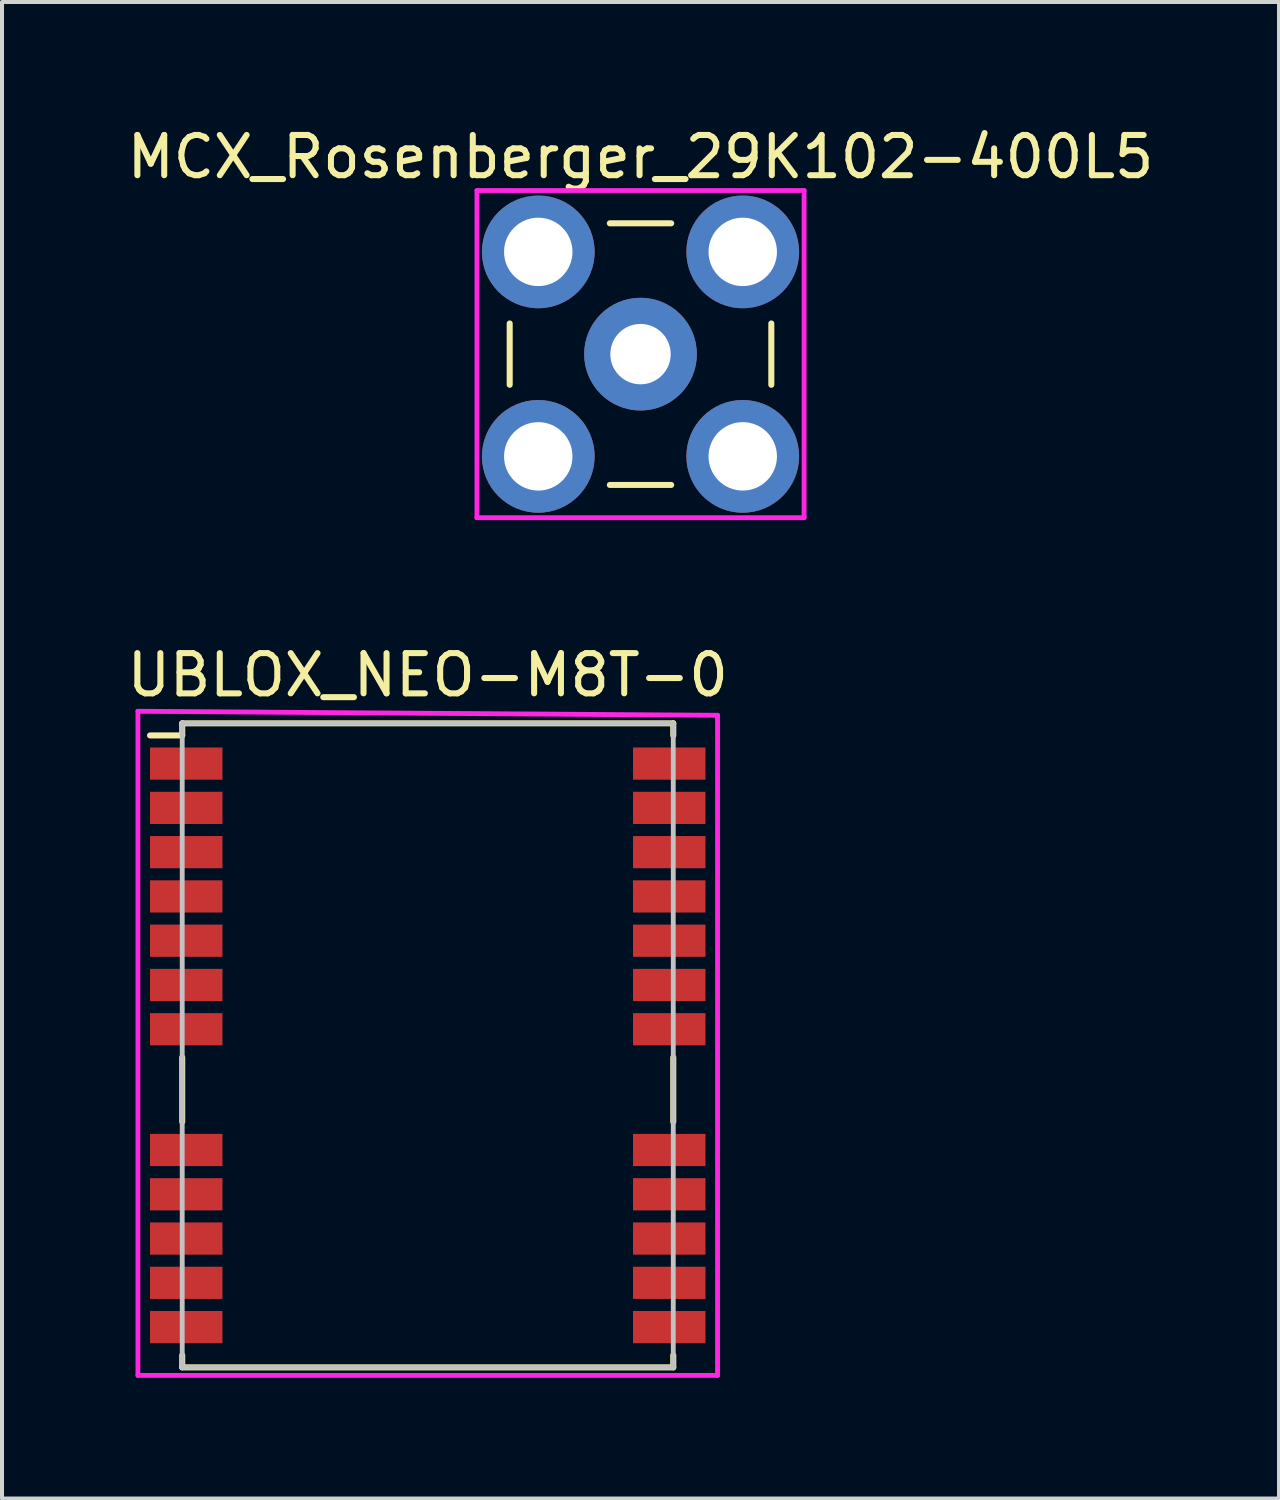
<source format=kicad_pcb>
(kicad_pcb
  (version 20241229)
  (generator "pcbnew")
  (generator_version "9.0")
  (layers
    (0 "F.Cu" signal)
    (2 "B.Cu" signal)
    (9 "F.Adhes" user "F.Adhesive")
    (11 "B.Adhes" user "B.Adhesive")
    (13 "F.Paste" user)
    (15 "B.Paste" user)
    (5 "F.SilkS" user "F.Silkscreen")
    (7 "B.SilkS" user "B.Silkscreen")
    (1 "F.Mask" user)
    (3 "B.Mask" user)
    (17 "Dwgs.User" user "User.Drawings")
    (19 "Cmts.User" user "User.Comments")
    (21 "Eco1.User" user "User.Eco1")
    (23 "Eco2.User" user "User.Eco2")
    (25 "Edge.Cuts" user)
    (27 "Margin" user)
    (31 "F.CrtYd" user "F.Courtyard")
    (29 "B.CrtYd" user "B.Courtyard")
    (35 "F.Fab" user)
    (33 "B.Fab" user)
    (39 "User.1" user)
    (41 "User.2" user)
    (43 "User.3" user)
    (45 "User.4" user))
  (footprint "UBLOX_NEO-M8T-0"
    (layer "F.Cu")
    (at 7.577 22.921)
    (property "Reference" "UBLOX_NEO-M8T-0" (at 0 -9.2 0) (layer "F.SilkS") (effects (font (size 1 1) (thickness 0.15))))
    (attr smd)
    (fp_line (start -6.1 -8) (end -6.1 -7.7) (stroke (width 0.15) (type solid)) (layer "F.SilkS"))
    (fp_line (start -6.1 -8) (end 6.1 -8) (stroke (width 0.15) (type solid)) (layer "F.SilkS"))
    (fp_line (start -6.1 -7.7) (end -6.9 -7.7) (stroke (width 0.15) (type solid)) (layer "F.SilkS"))
    (fp_line (start -6.1 0.3) (end -6.1 1.9) (stroke (width 0.15) (type solid)) (layer "F.SilkS"))
    (fp_line (start -6.1 7.7) (end -6.1 8) (stroke (width 0.15) (type solid)) (layer "F.SilkS"))
    (fp_line (start -6.1 8) (end 6.1 8) (stroke (width 0.15) (type solid)) (layer "F.SilkS"))
    (fp_line (start 6.1 -8) (end 6.1 -7.7) (stroke (width 0.15) (type solid)) (layer "F.SilkS"))
    (fp_line (start 6.1 1.9) (end 6.1 0.3) (stroke (width 0.15) (type solid)) (layer "F.SilkS"))
    (fp_line (start 6.1 8) (end 6.1 7.7) (stroke (width 0.15) (type solid)) (layer "F.SilkS"))
    (fp_line (start -6.1 -8) (end -6.1 8) (stroke (width 0.12) (type solid)) (layer "Dwgs.User"))
    (fp_line (start -6.1 8) (end 6.1 8) (stroke (width 0.12) (type solid)) (layer "Dwgs.User"))
    (fp_line (start 6.1 -8) (end -6.1 -8) (stroke (width 0.12) (type solid)) (layer "Dwgs.User"))
    (fp_line (start 6.1 8) (end 6.1 -8) (stroke (width 0.12) (type solid)) (layer "Dwgs.User"))
    (fp_line (start -7.2 -8.3) (end 7.2 -8.2) (stroke (width 0.12) (type solid)) (layer "F.CrtYd"))
    (fp_line (start -7.2 8.2) (end -7.2 -8.3) (stroke (width 0.12) (type solid)) (layer "F.CrtYd"))
    (fp_line (start 7.2 -8.2) (end 7.2 8.2) (stroke (width 0.12) (type solid)) (layer "F.CrtYd"))
    (fp_line (start 7.2 8.2) (end -7.2 8.2) (stroke (width 0.12) (type solid)) (layer "F.CrtYd"))
    (pad "1" smd rect (at -6.1 -7) (size 1.8 0.8) (drill (offset 0.1 0)) (layers "F.Cu" "F.Mask" "F.Paste"))
    (pad "2" smd rect (at -6.1 -5.9) (size 1.8 0.8) (drill (offset 0.1 0)) (layers "F.Cu" "F.Mask" "F.Paste"))
    (pad "3" smd rect (at -6.1 -4.8) (size 1.8 0.8) (drill (offset 0.1 0)) (layers "F.Cu" "F.Mask" "F.Paste"))
    (pad "4" smd rect (at -6.1 -3.7) (size 1.8 0.8) (drill (offset 0.1 0)) (layers "F.Cu" "F.Mask" "F.Paste"))
    (pad "5" smd rect (at -6.1 -2.6) (size 1.8 0.8) (drill (offset 0.1 0)) (layers "F.Cu" "F.Mask" "F.Paste"))
    (pad "6" smd rect (at -6.1 -1.5) (size 1.8 0.8) (drill (offset 0.1 0)) (layers "F.Cu" "F.Mask" "F.Paste"))
    (pad "7" smd rect (at -6.1 -0.4) (size 1.8 0.8) (drill (offset 0.1 0)) (layers "F.Cu" "F.Mask" "F.Paste"))
    (pad "8" smd rect (at -6.1 2.6) (size 1.8 0.8) (drill (offset 0.1 0)) (layers "F.Cu" "F.Mask" "F.Paste"))
    (pad "9" smd rect (at -6.1 3.7) (size 1.8 0.8) (drill (offset 0.1 0)) (layers "F.Cu" "F.Mask" "F.Paste"))
    (pad "10" smd rect (at -6.1 4.8) (size 1.8 0.8) (drill (offset 0.1 0)) (layers "F.Cu" "F.Mask" "F.Paste"))
    (pad "11" smd rect (at -6.1 5.9) (size 1.8 0.8) (drill (offset 0.1 0)) (layers "F.Cu" "F.Mask" "F.Paste"))
    (pad "12" smd rect (at -6.1 7) (size 1.8 0.8) (drill (offset 0.1 0)) (layers "F.Cu" "F.Mask" "F.Paste"))
    (pad "13" smd rect (at 6.1 7) (size 1.8 0.8) (drill (offset -0.1 0)) (layers "F.Cu" "F.Mask" "F.Paste"))
    (pad "14" smd rect (at 6.1 5.9) (size 1.8 0.8) (drill (offset -0.1 0)) (layers "F.Cu" "F.Mask" "F.Paste"))
    (pad "15" smd rect (at 6.1 4.8) (size 1.8 0.8) (drill (offset -0.1 0)) (layers "F.Cu" "F.Mask" "F.Paste"))
    (pad "16" smd rect (at 6.1 3.7) (size 1.8 0.8) (drill (offset -0.1 0)) (layers "F.Cu" "F.Mask" "F.Paste"))
    (pad "17" smd rect (at 6.1 2.6) (size 1.8 0.8) (drill (offset -0.1 0)) (layers "F.Cu" "F.Mask" "F.Paste"))
    (pad "18" smd rect (at 6.1 -0.4) (size 1.8 0.8) (drill (offset -0.1 0)) (layers "F.Cu" "F.Mask" "F.Paste"))
    (pad "19" smd rect (at 6.1 -1.5) (size 1.8 0.8) (drill (offset -0.1 0)) (layers "F.Cu" "F.Mask" "F.Paste"))
    (pad "20" smd rect (at 6.1 -2.6) (size 1.8 0.8) (drill (offset -0.1 0)) (layers "F.Cu" "F.Mask" "F.Paste"))
    (pad "21" smd rect (at 6.1 -3.7) (size 1.8 0.8) (drill (offset -0.1 0)) (layers "F.Cu" "F.Mask" "F.Paste"))
    (pad "22" smd rect (at 6.1 -4.8) (size 1.8 0.8) (drill (offset -0.1 0)) (layers "F.Cu" "F.Mask" "F.Paste"))
    (pad "23" smd rect (at 6.1 -5.9) (size 1.8 0.8) (drill (offset -0.1 0)) (layers "F.Cu" "F.Mask" "F.Paste"))
    (pad "24" smd rect (at 6.1 -7) (size 1.8 0.8) (drill (offset -0.1 0)) (layers "F.Cu" "F.Mask" "F.Paste")))
  (footprint "MCX_Rosenberger_29K102-400L5"
    (layer "F.Cu")
    (at 12.863 5.748)
    (property "Reference" "MCX_Rosenberger_29K102-400L5" (at 0 -4.9 0) (layer "F.SilkS") (effects (font (size 1 1) (thickness 0.15))))
    (attr through_hole)
    (fp_line (start -3.25 -0.762) (end -3.25 0.762) (stroke (width 0.15) (type solid)) (layer "F.SilkS"))
    (fp_line (start -0.762 -3.25) (end 0.762 -3.25) (stroke (width 0.15) (type solid)) (layer "F.SilkS"))
    (fp_line (start -0.762 3.25) (end 0.762 3.25) (stroke (width 0.15) (type solid)) (layer "F.SilkS"))
    (fp_line (start 3.25 0.762) (end 3.25 -0.762) (stroke (width 0.15) (type solid)) (layer "F.SilkS"))
    (fp_line (start -4.064 -4.064) (end 4.064 -4.064) (stroke (width 0.12) (type solid)) (layer "F.CrtYd"))
    (fp_line (start -4.064 4.064) (end -4.064 -4.064) (stroke (width 0.12) (type solid)) (layer "F.CrtYd"))
    (fp_line (start 4.064 -4.064) (end 4.064 4.064) (stroke (width 0.12) (type solid)) (layer "F.CrtYd"))
    (fp_line (start 4.064 4.064) (end -4.064 4.064) (stroke (width 0.12) (type solid)) (layer "F.CrtYd"))
    (pad "1" thru_hole circle (at 0 0) (size 2.8 2.8) (drill 1.5) (layers "*.Cu" "*.Mask"))
    (pad "2" thru_hole circle (at -2.54 -2.54) (size 2.8 2.8) (drill 1.7) (layers "*.Cu" "*.Mask"))
    (pad "2" thru_hole circle (at -2.54 2.54) (size 2.8 2.8) (drill 1.7) (layers "*.Cu" "*.Mask"))
    (pad "2" thru_hole circle (at 2.54 -2.54) (size 2.8 2.8) (drill 1.7) (layers "*.Cu" "*.Mask"))
    (pad "2" thru_hole circle (at 2.54 2.54) (size 2.8 2.8) (drill 1.7) (layers "*.Cu" "*.Mask")))
  (gr_rect
    (start -3 -3)
    (end 28.726 34.181)
    (stroke (width 0.1) (type default))
    (fill no)
    (layer "Edge.Cuts")))
</source>
